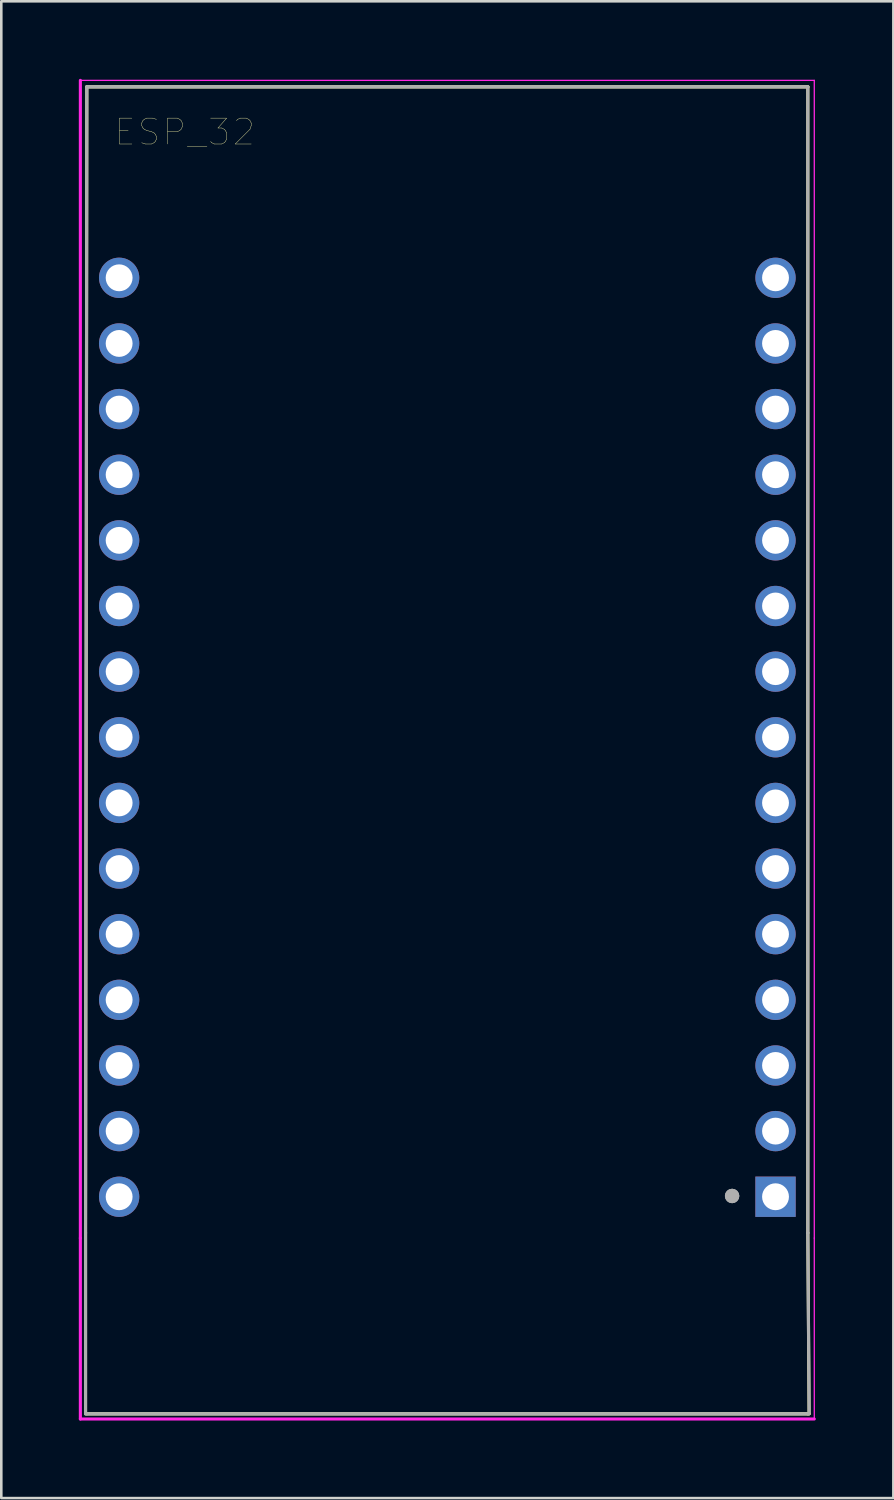
<source format=kicad_pcb>
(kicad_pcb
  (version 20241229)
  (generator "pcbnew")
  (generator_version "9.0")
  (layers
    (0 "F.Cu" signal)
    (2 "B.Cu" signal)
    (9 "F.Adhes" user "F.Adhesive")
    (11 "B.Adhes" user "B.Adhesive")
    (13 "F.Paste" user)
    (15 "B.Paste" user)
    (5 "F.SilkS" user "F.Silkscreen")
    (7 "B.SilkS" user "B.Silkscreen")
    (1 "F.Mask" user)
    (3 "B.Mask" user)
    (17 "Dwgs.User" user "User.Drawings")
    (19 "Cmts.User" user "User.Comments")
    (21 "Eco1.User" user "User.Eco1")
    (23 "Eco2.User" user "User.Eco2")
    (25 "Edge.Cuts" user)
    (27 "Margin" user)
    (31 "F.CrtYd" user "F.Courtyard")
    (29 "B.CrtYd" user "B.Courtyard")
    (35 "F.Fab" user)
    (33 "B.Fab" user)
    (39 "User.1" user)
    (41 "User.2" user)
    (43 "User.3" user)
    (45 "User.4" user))
  (footprint "ESP_32"
    (layer "F.Cu")
    (at 14.26 27.46)
    (property "Reference" "ESP_32" (at -10.16 -25.4 0) (layer "F.SilkS") (effects (font (size 1 1) (thickness 0.015))))
    (attr through_hole)
    (fp_line (start -14 17.2) (end -14 24.2) (stroke (width 0.12) (type solid)) (layer "F.SilkS"))
    (fp_line (start -13.95 -27.15) (end -14 17.2) (stroke (width 0.12) (type solid)) (layer "F.SilkS"))
    (fp_line (start -13.95 -27.15) (end 13.95 -27.15) (stroke (width 0.127) (type solid)) (layer "F.SilkS"))
    (fp_line (start 13.95 -27.15) (end 13.95 17.2) (stroke (width 0.12) (type solid)) (layer "F.SilkS"))
    (fp_line (start 13.95 17.2) (end 14 24.2) (stroke (width 0.12) (type solid)) (layer "F.SilkS"))
    (fp_line (start 13.95 24.2) (end -13.95 24.2) (stroke (width 0.127) (type solid)) (layer "F.SilkS"))
    (fp_line (start 14 24.2) (end 13.95 24.2) (stroke (width 0.12) (type solid)) (layer "F.SilkS"))
    (fp_line (start -14.2 -27.4) (end -14.2 17.4) (stroke (width 0.12) (type solid)) (layer "F.CrtYd"))
    (fp_line (start -14.2 -27.4) (end 14.2 -27.4) (stroke (width 0.05) (type solid)) (layer "F.CrtYd"))
    (fp_line (start -14.2 17.4) (end -14.2 24.4) (stroke (width 0.12) (type solid)) (layer "F.CrtYd"))
    (fp_line (start -14.2 24.4) (end 14.2 24.4) (stroke (width 0.12) (type solid)) (layer "F.CrtYd"))
    (fp_line (start 14.2 17.4) (end 14.2 -27.4) (stroke (width 0.05) (type solid)) (layer "F.CrtYd"))
    (fp_line (start 14.2 24.4) (end 14.2 17.4) (stroke (width 0.05) (type solid)) (layer "F.CrtYd"))
    (fp_line (start -14 17.2) (end -14 24.2) (stroke (width 0.12) (type solid)) (layer "F.Fab"))
    (fp_line (start -13.95 -27.15) (end -14 17.2) (stroke (width 0.12) (type solid)) (layer "F.Fab"))
    (fp_line (start -13.95 -27.15) (end 13.95 -27.15) (stroke (width 0.127) (type solid)) (layer "F.Fab"))
    (fp_line (start -13.95 24.2) (end -14 24.2) (stroke (width 0.12) (type solid)) (layer "F.Fab"))
    (fp_line (start 13.95 -27.15) (end 13.95 17.2) (stroke (width 0.12) (type solid)) (layer "F.Fab"))
    (fp_line (start 13.95 17.2) (end 14 24.2) (stroke (width 0.12) (type solid)) (layer "F.Fab"))
    (fp_line (start 13.95 24.2) (end -13.95 24.2) (stroke (width 0.127) (type solid)) (layer "F.Fab"))
    (fp_circle (center 11.02 15.77) (end 11.16 15.77) (stroke (width 0.28) (type solid)) (fill no) (layer "F.Fab"))
    (fp_circle (center 11.02 15.77) (end 11.16 15.77) (stroke (width 0.28) (type solid)) (fill no) (layer "F.Fab"))
    (pad "1" thru_hole circle (at -12.7 -19.76) (size 1.56 1.56) (drill 1.04) (layers "*.Cu" "*.Mask"))
    (pad "2" thru_hole circle (at -12.7 -17.22) (size 1.56 1.56) (drill 1.04) (layers "*.Cu" "*.Mask"))
    (pad "3" thru_hole circle (at -12.7 -14.68) (size 1.56 1.56) (drill 1.04) (layers "*.Cu" "*.Mask"))
    (pad "4" thru_hole circle (at -12.7 -12.14) (size 1.56 1.56) (drill 1.04) (layers "*.Cu" "*.Mask"))
    (pad "5" thru_hole circle (at -12.7 -9.6) (size 1.56 1.56) (drill 1.04) (layers "*.Cu" "*.Mask"))
    (pad "6" thru_hole circle (at -12.7 -7.06) (size 1.56 1.56) (drill 1.04) (layers "*.Cu" "*.Mask"))
    (pad "7" thru_hole circle (at -12.7 -4.52) (size 1.56 1.56) (drill 1.04) (layers "*.Cu" "*.Mask"))
    (pad "8" thru_hole circle (at -12.7 -1.98) (size 1.56 1.56) (drill 1.04) (layers "*.Cu" "*.Mask"))
    (pad "9" thru_hole circle (at -12.7 0.56) (size 1.56 1.56) (drill 1.04) (layers "*.Cu" "*.Mask"))
    (pad "10" thru_hole circle (at -12.7 3.1) (size 1.56 1.56) (drill 1.04) (layers "*.Cu" "*.Mask"))
    (pad "11" thru_hole circle (at -12.7 5.64) (size 1.56 1.56) (drill 1.04) (layers "*.Cu" "*.Mask"))
    (pad "12" thru_hole circle (at -12.7 8.18) (size 1.56 1.56) (drill 1.04) (layers "*.Cu" "*.Mask"))
    (pad "13" thru_hole circle (at -12.7 10.72) (size 1.56 1.56) (drill 1.04) (layers "*.Cu" "*.Mask"))
    (pad "14" thru_hole circle (at -12.7 13.26) (size 1.56 1.56) (drill 1.04) (layers "*.Cu" "*.Mask"))
    (pad "15" thru_hole circle (at -12.7 15.8) (size 1.56 1.56) (drill 1.04) (layers "*.Cu" "*.Mask"))
    (pad "16" thru_hole circle (at 12.7 -19.76) (size 1.56 1.56) (drill 1.04) (layers "*.Cu" "*.Mask"))
    (pad "17" thru_hole circle (at 12.7 -17.22) (size 1.56 1.56) (drill 1.04) (layers "*.Cu" "*.Mask"))
    (pad "18" thru_hole circle (at 12.7 -14.68) (size 1.56 1.56) (drill 1.04) (layers "*.Cu" "*.Mask"))
    (pad "19" thru_hole circle (at 12.7 -12.14) (size 1.56 1.56) (drill 1.04) (layers "*.Cu" "*.Mask"))
    (pad "20" thru_hole circle (at 12.7 -9.6) (size 1.56 1.56) (drill 1.04) (layers "*.Cu" "*.Mask"))
    (pad "21" thru_hole circle (at 12.7 -7.06) (size 1.56 1.56) (drill 1.04) (layers "*.Cu" "*.Mask"))
    (pad "22" thru_hole circle (at 12.7 -4.52) (size 1.56 1.56) (drill 1.04) (layers "*.Cu" "*.Mask"))
    (pad "23" thru_hole circle (at 12.7 -1.98) (size 1.56 1.56) (drill 1.04) (layers "*.Cu" "*.Mask"))
    (pad "24" thru_hole circle (at 12.7 0.56) (size 1.56 1.56) (drill 1.04) (layers "*.Cu" "*.Mask"))
    (pad "25" thru_hole circle (at 12.7 3.1) (size 1.56 1.56) (drill 1.04) (layers "*.Cu" "*.Mask"))
    (pad "26" thru_hole circle (at 12.7 5.64) (size 1.56 1.56) (drill 1.04) (layers "*.Cu" "*.Mask"))
    (pad "27" thru_hole circle (at 12.7 8.18) (size 1.56 1.56) (drill 1.04) (layers "*.Cu" "*.Mask"))
    (pad "28" thru_hole circle (at 12.7 10.72) (size 1.56 1.56) (drill 1.04) (layers "*.Cu" "*.Mask"))
    (pad "29" thru_hole circle (at 12.7 13.26) (size 1.56 1.56) (drill 1.04) (layers "*.Cu" "*.Mask"))
    (pad "30" thru_hole rect (at 12.7 15.8) (size 1.56 1.56) (drill 1.04) (layers "*.Cu" "*.Mask")))
  (gr_rect
    (start -3 -3)
    (end 31.52 54.92)
    (stroke (width 0.1) (type default))
    (fill no)
    (layer "Edge.Cuts")))
</source>
